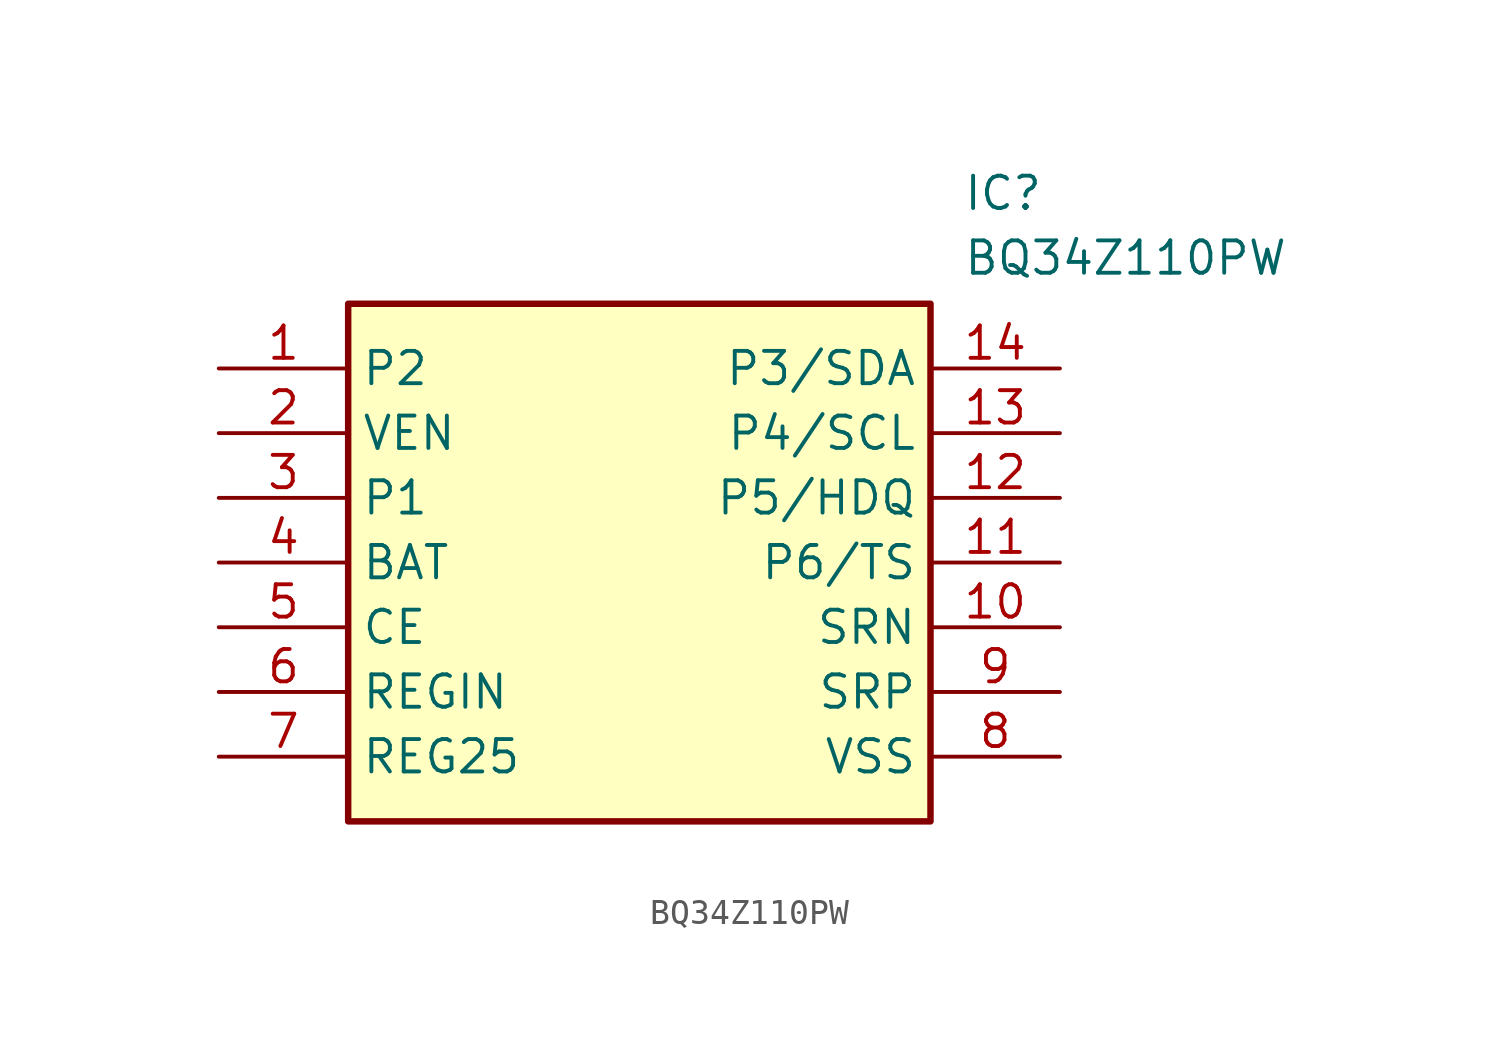
<source format=kicad_sym>
(kicad_symbol_lib
  (version 20211014)
  (generator SamacSys_ECAD_Model)
  (symbol "BQ34Z110PW"
    (property "Reference" "IC"
      (at 29.21 7.62 0)
      (effects (font (size 1.27 1.27)) (justify left top)))
    (property "Value" "BQ34Z110PW"
      (at 29.21 5.08 0)
      (effects (font (size 1.27 1.27)) (justify left top)))
    (rectangle
      (start 5.08 2.54)
      (end 27.94 -17.78)
      (stroke (width 0.254) (type default))
      (fill (type background)))
    (pin passive line
      (at 0 0 0)
      (length 5.08)
      (name "P2" (effects (font (size 1.27 1.27))))
      (number "1" (effects (font (size 1.27 1.27)))))
    (pin passive line
      (at 0 -2.54 0)
      (length 5.08)
      (name "VEN" (effects (font (size 1.27 1.27))))
      (number "2" (effects (font (size 1.27 1.27)))))
    (pin passive line
      (at 0 -5.08 0)
      (length 5.08)
      (name "P1" (effects (font (size 1.27 1.27))))
      (number "3" (effects (font (size 1.27 1.27)))))
    (pin passive line
      (at 0 -7.62 0)
      (length 5.08)
      (name "BAT" (effects (font (size 1.27 1.27))))
      (number "4" (effects (font (size 1.27 1.27)))))
    (pin passive line
      (at 0 -10.16 0)
      (length 5.08)
      (name "CE" (effects (font (size 1.27 1.27))))
      (number "5" (effects (font (size 1.27 1.27)))))
    (pin passive line
      (at 0 -12.7 0)
      (length 5.08)
      (name "REGIN" (effects (font (size 1.27 1.27))))
      (number "6" (effects (font (size 1.27 1.27)))))
    (pin passive line
      (at 0 -15.24 0)
      (length 5.08)
      (name "REG25" (effects (font (size 1.27 1.27))))
      (number "7" (effects (font (size 1.27 1.27)))))
    (pin passive line
      (at 33.02 0 180)
      (length 5.08)
      (name "P3/SDA" (effects (font (size 1.27 1.27))))
      (number "14" (effects (font (size 1.27 1.27)))))
    (pin passive line
      (at 33.02 -2.54 180)
      (length 5.08)
      (name "P4/SCL" (effects (font (size 1.27 1.27))))
      (number "13" (effects (font (size 1.27 1.27)))))
    (pin passive line
      (at 33.02 -5.08 180)
      (length 5.08)
      (name "P5/HDQ" (effects (font (size 1.27 1.27))))
      (number "12" (effects (font (size 1.27 1.27)))))
    (pin passive line
      (at 33.02 -7.62 180)
      (length 5.08)
      (name "P6/TS" (effects (font (size 1.27 1.27))))
      (number "11" (effects (font (size 1.27 1.27)))))
    (pin passive line
      (at 33.02 -10.16 180)
      (length 5.08)
      (name "SRN" (effects (font (size 1.27 1.27))))
      (number "10" (effects (font (size 1.27 1.27)))))
    (pin passive line
      (at 33.02 -12.7 180)
      (length 5.08)
      (name "SRP" (effects (font (size 1.27 1.27))))
      (number "9" (effects (font (size 1.27 1.27)))))
    (pin passive line
      (at 33.02 -15.24 180)
      (length 5.08)
      (name "VSS" (effects (font (size 1.27 1.27))))
      (number "8" (effects (font (size 1.27 1.27)))))))
</source>
